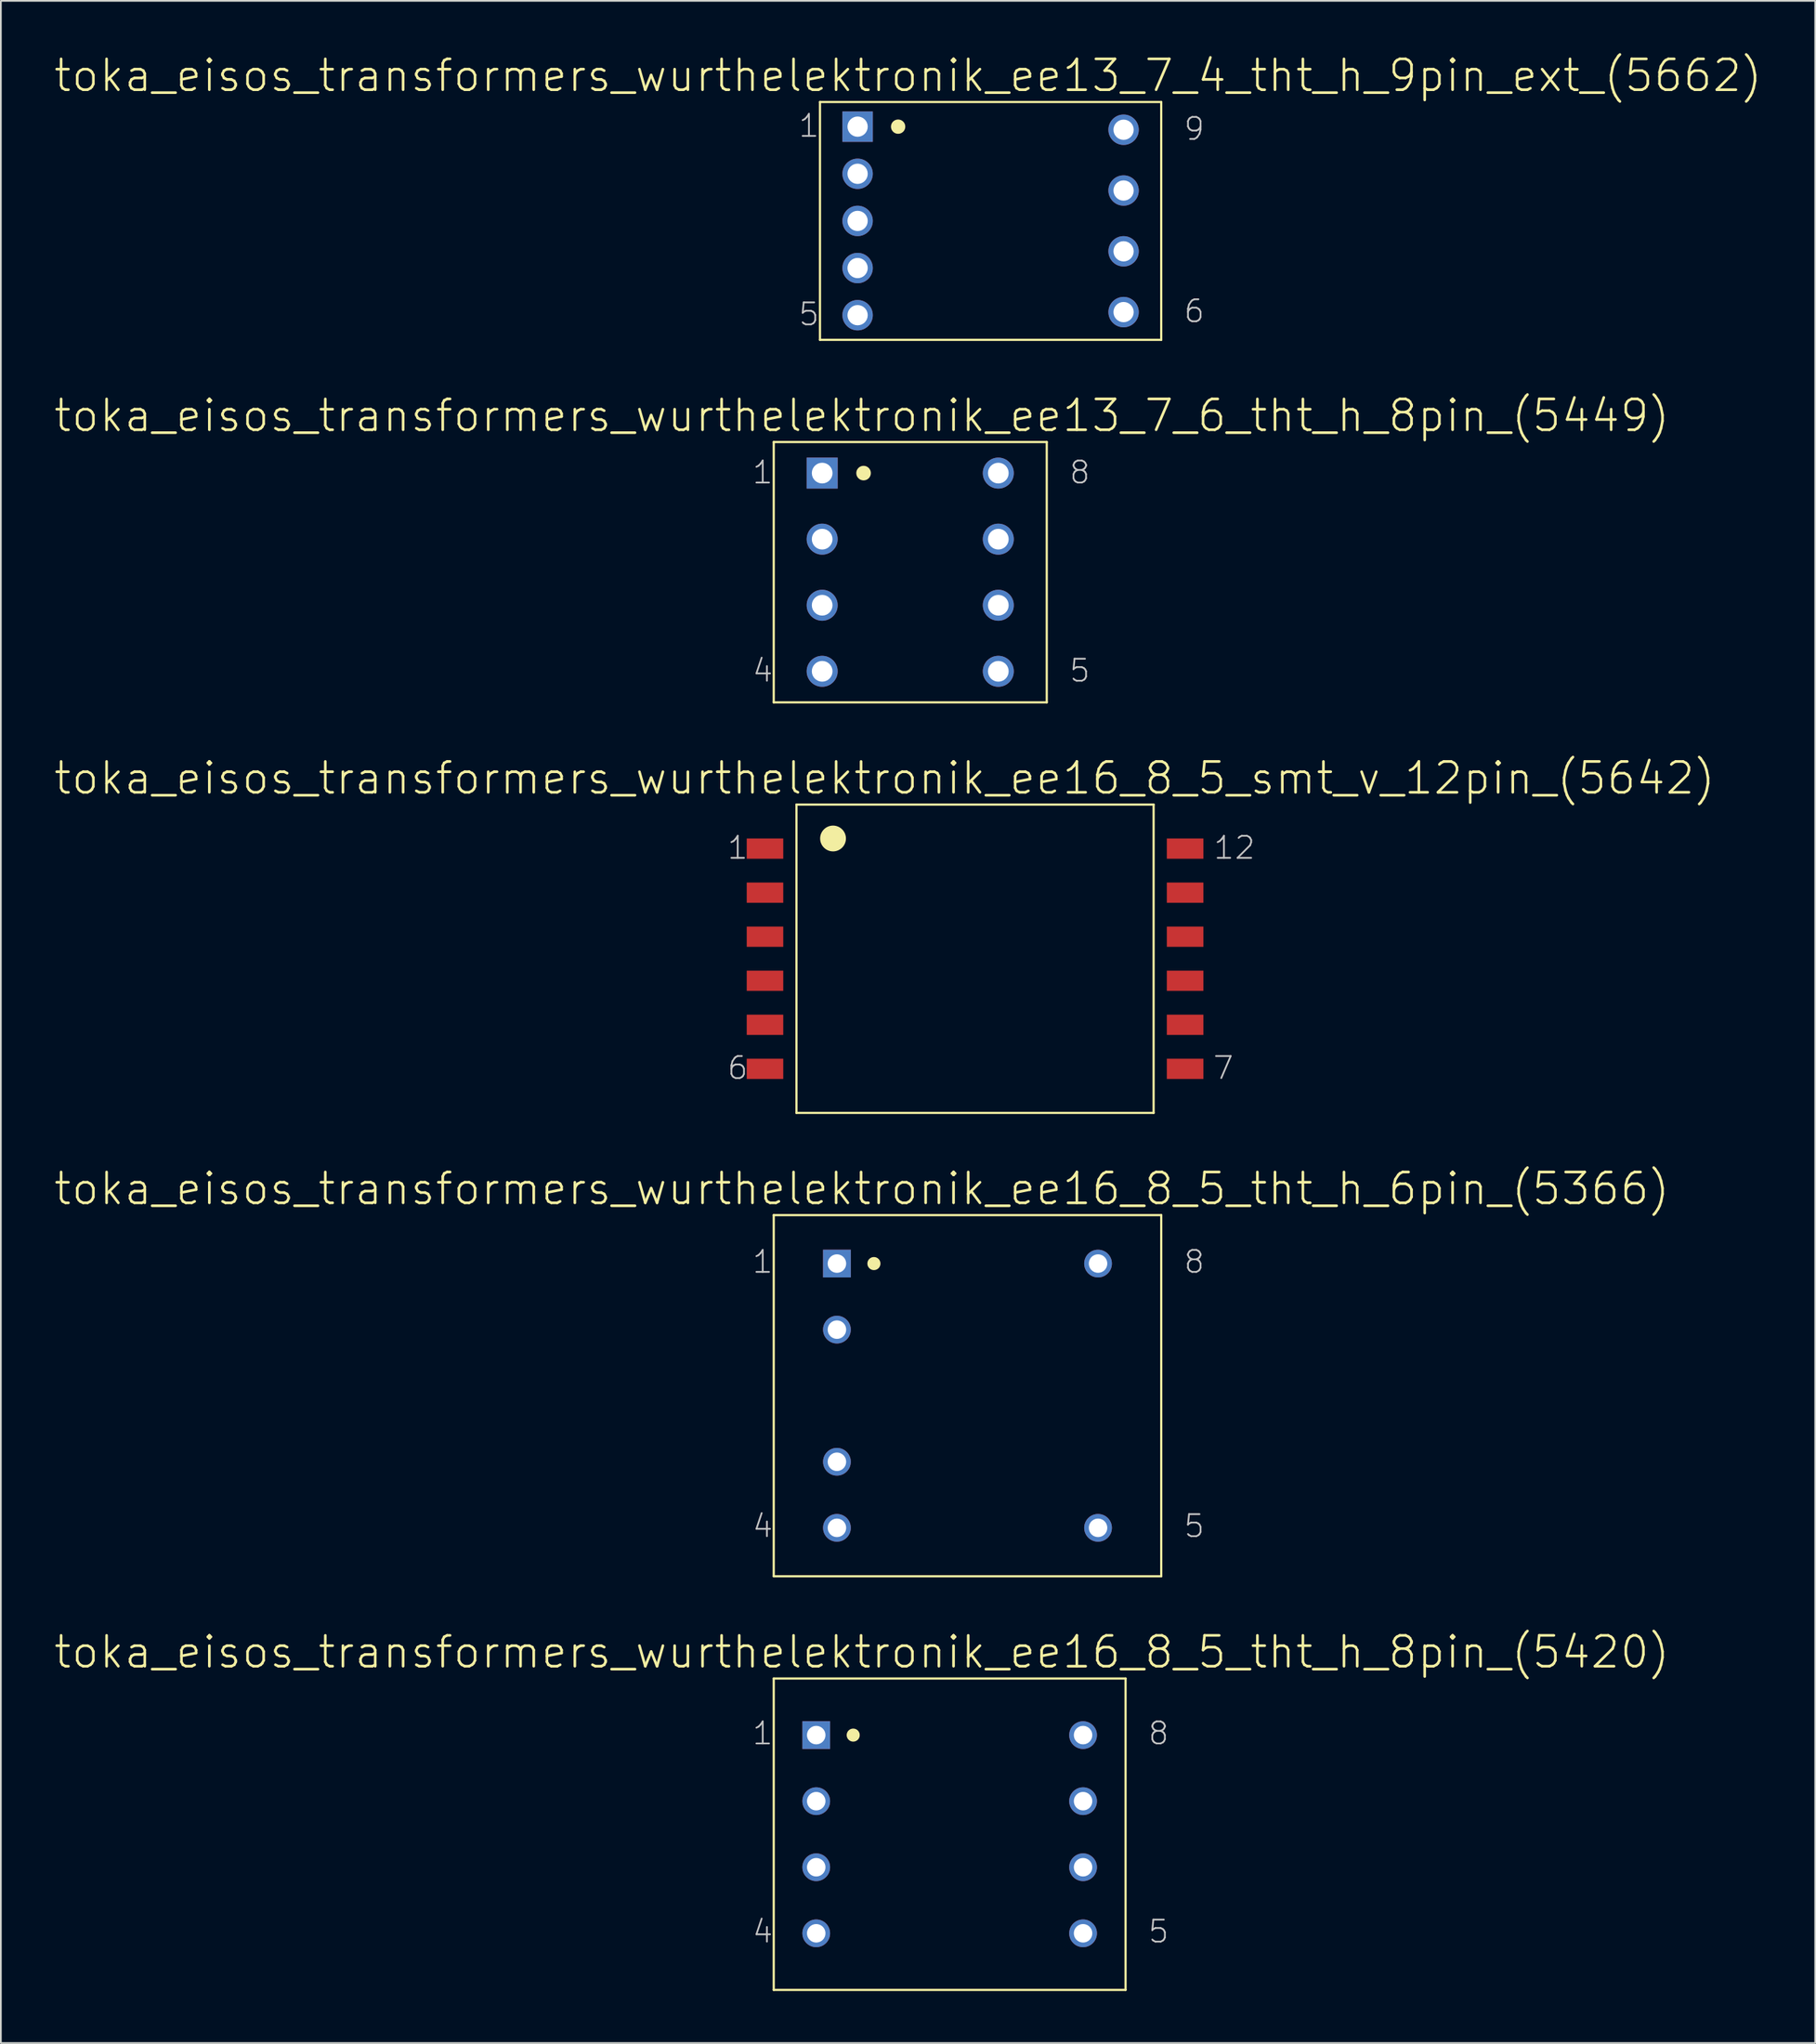
<source format=kicad_pcb>
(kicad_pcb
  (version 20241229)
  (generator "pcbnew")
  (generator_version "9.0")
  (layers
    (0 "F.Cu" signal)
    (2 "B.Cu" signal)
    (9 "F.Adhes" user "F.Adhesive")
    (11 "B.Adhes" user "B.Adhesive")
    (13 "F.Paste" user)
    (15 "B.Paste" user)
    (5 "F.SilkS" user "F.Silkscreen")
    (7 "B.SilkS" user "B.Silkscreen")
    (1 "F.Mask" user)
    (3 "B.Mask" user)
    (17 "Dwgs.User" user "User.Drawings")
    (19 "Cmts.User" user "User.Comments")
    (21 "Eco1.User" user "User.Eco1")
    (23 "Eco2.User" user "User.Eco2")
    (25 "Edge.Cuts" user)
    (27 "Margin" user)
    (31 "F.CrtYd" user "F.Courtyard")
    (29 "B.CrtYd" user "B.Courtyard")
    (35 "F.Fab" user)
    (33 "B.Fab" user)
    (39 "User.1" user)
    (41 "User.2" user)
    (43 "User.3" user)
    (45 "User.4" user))
  (footprint "toka_eisos_transformers_wurthelektronik_ee13_7_4_tht_h_9pin_ext_(5662)"
    (layer "F.Cu")
    (at 54.089 9.69)
    (property "Reference" "toka_eisos_transformers_wurthelektronik_ee13_7_4_tht_h_9pin_ext_(5662)" (at -4.763 -8.382 0) (layer "F.SilkS") (effects (font (size 1.778 1.778) (thickness 0.152))))
    (attr exclude_from_pos_files exclude_from_bom)
    (fp_line (start -9.842 -6.858) (end -9.842 6.858) (stroke (width 0.127) (type solid)) (layer "F.SilkS"))
    (fp_line (start -9.842 -6.858) (end 9.842 -6.858) (stroke (width 0.127) (type solid)) (layer "F.SilkS"))
    (fp_line (start -9.842 6.858) (end 9.842 6.858) (stroke (width 0.127) (type solid)) (layer "F.SilkS"))
    (fp_line (start 9.842 -6.858) (end 9.842 6.858) (stroke (width 0.127) (type solid)) (layer "F.SilkS"))
    (fp_circle (center -5.334 -5.436) (end -5.626 -5.728) (stroke (width 0) (type solid)) (fill yes) (layer "F.SilkS"))
    (fp_text user "9" (at 11.748 -5.309 0) (layer "Dwgs.User") (effects (font (size 1.27 1.27) (thickness 0.102))))
    (fp_text user "6" (at 11.748 5.207 0) (layer "Dwgs.User") (effects (font (size 1.27 1.27) (thickness 0.102))))
    (fp_text user "1" (at -10.477 -5.486 0) (layer "Dwgs.User") (effects (font (size 1.27 1.27) (thickness 0.102))))
    (fp_text user "5" (at -10.477 5.385 0) (layer "Dwgs.User") (effects (font (size 1.27 1.27) (thickness 0.102))))
    (pad "1" thru_hole rect (at -7.671 -5.436) (size 1.753 1.753) (drill 1.168) (layers "*.Cu" "*.Paste" "*.Mask"))
    (pad "2" thru_hole circle (at -7.671 -2.718) (size 1.753 1.753) (drill 1.168) (layers "*.Cu" "*.Paste" "*.Mask"))
    (pad "3" thru_hole circle (at -7.671 0) (size 1.753 1.753) (drill 1.168) (layers "*.Cu" "*.Paste" "*.Mask"))
    (pad "4" thru_hole circle (at -7.671 2.718) (size 1.753 1.753) (drill 1.168) (layers "*.Cu" "*.Paste" "*.Mask"))
    (pad "5" thru_hole circle (at -7.671 5.436) (size 1.753 1.753) (drill 1.168) (layers "*.Cu" "*.Paste" "*.Mask"))
    (pad "6" thru_hole circle (at 7.671 5.258) (size 1.753 1.753) (drill 1.168) (layers "*.Cu" "*.Paste" "*.Mask"))
    (pad "7" thru_hole circle (at 7.671 1.753) (size 1.753 1.753) (drill 1.168) (layers "*.Cu" "*.Paste" "*.Mask"))
    (pad "8" thru_hole circle (at 7.671 -1.753) (size 1.753 1.753) (drill 1.168) (layers "*.Cu" "*.Paste" "*.Mask"))
    (pad "9" thru_hole circle (at 7.671 -5.258) (size 1.753 1.753) (drill 1.168) (layers "*.Cu" "*.Paste" "*.Mask")))
  (footprint "toka_eisos_transformers_wurthelektronik_ee13_7_6_tht_h_8pin_(5449)"
    (layer "F.Cu")
    (at 49.454 29.948)
    (property "Reference" "toka_eisos_transformers_wurthelektronik_ee13_7_6_tht_h_8pin_(5449)" (at -2.794 -9.03 0) (layer "F.SilkS") (effects (font (size 1.778 1.778) (thickness 0.152))))
    (attr exclude_from_pos_files exclude_from_bom)
    (fp_line (start -7.874 -7.506) (end -7.874 7.506) (stroke (width 0.127) (type solid)) (layer "F.SilkS"))
    (fp_line (start -7.874 -7.506) (end 7.874 -7.506) (stroke (width 0.127) (type solid)) (layer "F.SilkS"))
    (fp_line (start -7.874 7.506) (end 7.874 7.506) (stroke (width 0.127) (type solid)) (layer "F.SilkS"))
    (fp_line (start 7.874 -7.506) (end 7.874 7.506) (stroke (width 0.127) (type solid)) (layer "F.SilkS"))
    (fp_circle (center -2.692 -5.715) (end -2.99 -6.012) (stroke (width 0) (type solid)) (fill yes) (layer "F.SilkS"))
    (fp_text user "8" (at 9.779 -5.753 0) (layer "Dwgs.User") (effects (font (size 1.27 1.27) (thickness 0.102))))
    (fp_text user "4" (at -8.509 5.677 0) (layer "Dwgs.User") (effects (font (size 1.27 1.27) (thickness 0.102))))
    (fp_text user "1" (at -8.509 -5.753 0) (layer "Dwgs.User") (effects (font (size 1.27 1.27) (thickness 0.102))))
    (fp_text user "5" (at 9.779 5.677 0) (layer "Dwgs.User") (effects (font (size 1.27 1.27) (thickness 0.102))))
    (pad "1" thru_hole rect (at -5.08 -5.715) (size 1.788 1.788) (drill 1.194) (layers "*.Cu" "*.Paste" "*.Mask"))
    (pad "2" thru_hole circle (at -5.08 -1.905) (size 1.788 1.788) (drill 1.194) (layers "*.Cu" "*.Paste" "*.Mask"))
    (pad "3" thru_hole circle (at -5.08 1.905) (size 1.788 1.788) (drill 1.194) (layers "*.Cu" "*.Paste" "*.Mask"))
    (pad "4" thru_hole circle (at -5.08 5.715) (size 1.788 1.788) (drill 1.194) (layers "*.Cu" "*.Paste" "*.Mask"))
    (pad "5" thru_hole circle (at 5.08 5.715) (size 1.788 1.788) (drill 1.194) (layers "*.Cu" "*.Paste" "*.Mask"))
    (pad "6" thru_hole circle (at 5.08 1.905) (size 1.788 1.788) (drill 1.194) (layers "*.Cu" "*.Paste" "*.Mask"))
    (pad "7" thru_hole circle (at 5.08 -1.905) (size 1.788 1.788) (drill 1.194) (layers "*.Cu" "*.Paste" "*.Mask"))
    (pad "8" thru_hole circle (at 5.08 -5.715) (size 1.788 1.788) (drill 1.194) (layers "*.Cu" "*.Paste" "*.Mask")))
  (footprint "toka_eisos_transformers_wurthelektronik_ee16_8_5_tht_h_6pin_(5366)"
    (layer "F.Cu")
    (at 52.756 77.438)
    (property "Reference" "toka_eisos_transformers_wurthelektronik_ee16_8_5_tht_h_6pin_(5366)" (at -6.096 -11.938 0) (layer "F.SilkS") (effects (font (size 1.778 1.778) (thickness 0.152))))
    (attr exclude_from_pos_files exclude_from_bom)
    (fp_line (start -11.176 -10.414) (end -11.176 10.414) (stroke (width 0.127) (type solid)) (layer "F.SilkS"))
    (fp_line (start -11.176 -10.414) (end 11.176 -10.414) (stroke (width 0.127) (type solid)) (layer "F.SilkS"))
    (fp_line (start -11.176 10.414) (end 11.176 10.414) (stroke (width 0.127) (type solid)) (layer "F.SilkS"))
    (fp_line (start 11.176 -10.414) (end 11.176 10.414) (stroke (width 0.127) (type solid)) (layer "F.SilkS"))
    (fp_circle (center -5.397 -7.62) (end -5.664 -7.887) (stroke (width 0) (type solid)) (fill yes) (layer "F.SilkS"))
    (fp_text user "1" (at -11.811 -7.722 0) (layer "Dwgs.User") (effects (font (size 1.27 1.27) (thickness 0.102))))
    (fp_text user "4" (at -11.811 7.518 0) (layer "Dwgs.User") (effects (font (size 1.27 1.27) (thickness 0.102))))
    (fp_text user "5" (at 13.081 7.518 0) (layer "Dwgs.User") (effects (font (size 1.27 1.27) (thickness 0.102))))
    (fp_text user "8" (at 13.081 -7.722 0) (layer "Dwgs.User") (effects (font (size 1.27 1.27) (thickness 0.102))))
    (pad "1" thru_hole rect (at -7.531 -7.62) (size 1.6 1.6) (drill 1.067) (layers "*.Cu" "*.Paste" "*.Mask"))
    (pad "2" thru_hole circle (at -7.531 -3.81) (size 1.6 1.6) (drill 1.067) (layers "*.Cu" "*.Paste" "*.Mask"))
    (pad "3" thru_hole circle (at -7.531 3.81) (size 1.6 1.6) (drill 1.067) (layers "*.Cu" "*.Paste" "*.Mask"))
    (pad "4" thru_hole circle (at -7.531 7.62) (size 1.6 1.6) (drill 1.067) (layers "*.Cu" "*.Paste" "*.Mask"))
    (pad "5" thru_hole circle (at 7.531 7.62) (size 1.6 1.6) (drill 1.067) (layers "*.Cu" "*.Paste" "*.Mask"))
    (pad "8" thru_hole circle (at 7.531 -7.62) (size 1.6 1.6) (drill 1.067) (layers "*.Cu" "*.Paste" "*.Mask")))
  (footprint "toka_eisos_transformers_wurthelektronik_ee16_8_5_smt_v_12pin_(5642)"
    (layer "F.Cu")
    (at 53.192 52.239)
    (property "Reference" "toka_eisos_transformers_wurthelektronik_ee16_8_5_smt_v_12pin_(5642)" (at -5.22 -10.414 0) (layer "F.SilkS") (effects (font (size 1.778 1.778) (thickness 0.152))))
    (attr smd)
    (fp_line (start -10.3 -8.89) (end -10.3 8.89) (stroke (width 0.127) (type solid)) (layer "F.SilkS"))
    (fp_line (start -10.3 -8.89) (end 10.3 -8.89) (stroke (width 0.127) (type solid)) (layer "F.SilkS"))
    (fp_line (start -10.3 8.89) (end 10.3 8.89) (stroke (width 0.127) (type solid)) (layer "F.SilkS"))
    (fp_line (start 10.3 -8.89) (end 10.3 8.89) (stroke (width 0.127) (type solid)) (layer "F.SilkS"))
    (fp_circle (center -8.191 -6.934) (end -8.717 -7.46) (stroke (width 0) (type solid)) (fill yes) (layer "F.SilkS"))
    (fp_text user "7" (at 14.323 6.299 0) (layer "Dwgs.User") (effects (font (size 1.27 1.27) (thickness 0.102))))
    (fp_text user "12" (at 14.961 -6.401 0) (layer "Dwgs.User") (effects (font (size 1.27 1.27) (thickness 0.102))))
    (fp_text user "6" (at -13.691 6.299 0) (layer "Dwgs.User") (effects (font (size 1.27 1.27) (thickness 0.102))))
    (fp_text user "1" (at -13.691 -6.401 0) (layer "Dwgs.User") (effects (font (size 1.27 1.27) (thickness 0.102))))
    (pad "1" smd rect (at -12.116 -6.35) (size 2.108 1.168) (layers "F.Cu" "F.Mask" "F.Paste"))
    (pad "2" smd rect (at -12.116 -3.81) (size 2.108 1.168) (layers "F.Cu" "F.Mask" "F.Paste"))
    (pad "3" smd rect (at -12.116 -1.27) (size 2.108 1.168) (layers "F.Cu" "F.Mask" "F.Paste"))
    (pad "4" smd rect (at -12.116 1.27) (size 2.108 1.168) (layers "F.Cu" "F.Mask" "F.Paste"))
    (pad "5" smd rect (at -12.116 3.81) (size 2.108 1.168) (layers "F.Cu" "F.Mask" "F.Paste"))
    (pad "6" smd rect (at -12.116 6.35) (size 2.108 1.168) (layers "F.Cu" "F.Mask" "F.Paste"))
    (pad "7" smd rect (at 12.116 6.35) (size 2.108 1.168) (layers "F.Cu" "F.Mask" "F.Paste"))
    (pad "8" smd rect (at 12.116 3.81) (size 2.108 1.168) (layers "F.Cu" "F.Mask" "F.Paste"))
    (pad "9" smd rect (at 12.116 1.27) (size 2.108 1.168) (layers "F.Cu" "F.Mask" "F.Paste"))
    (pad "10" smd rect (at 12.116 -1.27) (size 2.108 1.168) (layers "F.Cu" "F.Mask" "F.Paste"))
    (pad "11" smd rect (at 12.116 -3.81) (size 2.108 1.168) (layers "F.Cu" "F.Mask" "F.Paste"))
    (pad "12" smd rect (at 12.116 -6.35) (size 2.108 1.168) (layers "F.Cu" "F.Mask" "F.Paste")))
  (footprint "toka_eisos_transformers_wurthelektronik_ee16_8_5_tht_h_8pin_(5420)"
    (layer "F.Cu")
    (at 51.727 102.726)
    (property "Reference" "toka_eisos_transformers_wurthelektronik_ee16_8_5_tht_h_8pin_(5420)" (at -5.067 -10.503 0) (layer "F.SilkS") (effects (font (size 1.778 1.778) (thickness 0.152))))
    (attr exclude_from_pos_files exclude_from_bom)
    (fp_line (start -10.147 -8.979) (end -10.147 8.979) (stroke (width 0.127) (type solid)) (layer "F.SilkS"))
    (fp_line (start -10.147 -8.979) (end 10.147 -8.979) (stroke (width 0.127) (type solid)) (layer "F.SilkS"))
    (fp_line (start -10.147 8.979) (end 10.147 8.979) (stroke (width 0.127) (type solid)) (layer "F.SilkS"))
    (fp_line (start 10.147 -8.979) (end 10.147 8.979) (stroke (width 0.127) (type solid)) (layer "F.SilkS"))
    (fp_circle (center -5.563 -5.715) (end -5.829 -5.982) (stroke (width 0) (type solid)) (fill yes) (layer "F.SilkS"))
    (fp_text user "5" (at 12.052 5.613 0) (layer "Dwgs.User") (effects (font (size 1.27 1.27) (thickness 0.102))))
    (fp_text user "4" (at -10.782 5.613 0) (layer "Dwgs.User") (effects (font (size 1.27 1.27) (thickness 0.102))))
    (fp_text user "8" (at 12.052 -5.817 0) (layer "Dwgs.User") (effects (font (size 1.27 1.27) (thickness 0.102))))
    (fp_text user "1" (at -10.782 -5.817 0) (layer "Dwgs.User") (effects (font (size 1.27 1.27) (thickness 0.102))))
    (pad "1" thru_hole rect (at -7.696 -5.715) (size 1.6 1.6) (drill 1.067) (layers "*.Cu" "*.Paste" "*.Mask"))
    (pad "2" thru_hole circle (at -7.696 -1.905) (size 1.6 1.6) (drill 1.067) (layers "*.Cu" "*.Paste" "*.Mask"))
    (pad "3" thru_hole circle (at -7.696 1.905) (size 1.6 1.6) (drill 1.067) (layers "*.Cu" "*.Paste" "*.Mask"))
    (pad "4" thru_hole circle (at -7.696 5.715) (size 1.6 1.6) (drill 1.067) (layers "*.Cu" "*.Paste" "*.Mask"))
    (pad "5" thru_hole circle (at 7.696 5.715) (size 1.6 1.6) (drill 1.067) (layers "*.Cu" "*.Paste" "*.Mask"))
    (pad "6" thru_hole circle (at 7.696 1.905) (size 1.6 1.6) (drill 1.067) (layers "*.Cu" "*.Paste" "*.Mask"))
    (pad "7" thru_hole circle (at 7.696 -1.905) (size 1.6 1.6) (drill 1.067) (layers "*.Cu" "*.Paste" "*.Mask"))
    (pad "8" thru_hole circle (at 7.696 -5.715) (size 1.6 1.6) (drill 1.067) (layers "*.Cu" "*.Paste" "*.Mask")))
  (gr_rect
    (start -3 -3)
    (end 101.654 114.769)
    (stroke (width 0.1) (type default))
    (fill no)
    (layer "Edge.Cuts")))
</source>
